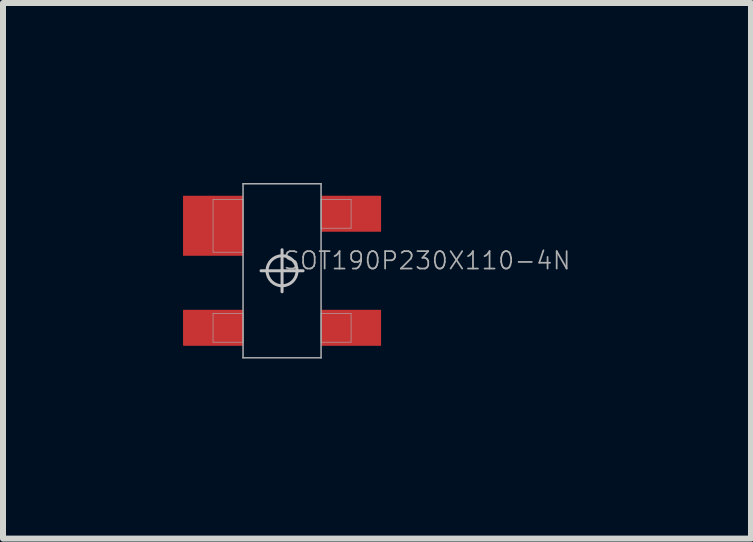
<source format=kicad_pcb>
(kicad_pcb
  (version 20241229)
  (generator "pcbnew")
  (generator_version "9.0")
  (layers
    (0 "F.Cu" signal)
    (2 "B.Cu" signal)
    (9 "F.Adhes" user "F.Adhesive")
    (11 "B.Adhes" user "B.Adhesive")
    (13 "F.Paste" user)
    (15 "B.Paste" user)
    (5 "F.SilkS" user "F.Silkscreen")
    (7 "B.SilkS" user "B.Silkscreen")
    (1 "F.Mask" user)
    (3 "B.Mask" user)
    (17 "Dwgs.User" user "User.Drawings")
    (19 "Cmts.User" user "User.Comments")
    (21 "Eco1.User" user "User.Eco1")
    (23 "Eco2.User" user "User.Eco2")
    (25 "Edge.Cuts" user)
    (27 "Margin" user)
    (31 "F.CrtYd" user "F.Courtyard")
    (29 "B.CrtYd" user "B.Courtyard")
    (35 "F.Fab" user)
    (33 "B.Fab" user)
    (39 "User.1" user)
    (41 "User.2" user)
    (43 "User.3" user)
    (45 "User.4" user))
  (footprint "SOT190P230X110-4N"
    (layer "F.Cu")
    (at 1.65 1.462)
    (property "Reference" "SOT190P230X110-4N" (at 0 0 0) (layer "F.Fab") (effects (font (size 0.29 0.29) (thickness 0.029)) (justify left bottom)))
    (attr through_hole)
    (fp_line (start -0.35 0) (end 0.35 0) (stroke (width 0.05) (type solid)) (layer "Dwgs.User"))
    (fp_line (start 0 0.35) (end 0 -0.35) (stroke (width 0.05) (type solid)) (layer "Dwgs.User"))
    (fp_circle (center 0 0) (end 0.25 0) (stroke (width 0.05) (type solid)) (fill no) (layer "Dwgs.User"))
    (fp_line (start -1.15 -1.19) (end -1.15 -0.31) (stroke (width 0.01) (type solid)) (layer "F.Fab"))
    (fp_line (start -1.15 -0.31) (end -0.65 -0.31) (stroke (width 0.01) (type solid)) (layer "F.Fab"))
    (fp_line (start -1.15 0.71) (end -1.15 1.19) (stroke (width 0.01) (type solid)) (layer "F.Fab"))
    (fp_line (start -1.15 1.19) (end -0.65 1.19) (stroke (width 0.01) (type solid)) (layer "F.Fab"))
    (fp_line (start -0.65 -1.45) (end -0.65 1.45) (stroke (width 0.025) (type solid)) (layer "F.Fab"))
    (fp_line (start -0.65 -1.19) (end -1.15 -1.19) (stroke (width 0.01) (type solid)) (layer "F.Fab"))
    (fp_line (start -0.65 -0.31) (end -0.65 -1.19) (stroke (width 0.01) (type solid)) (layer "F.Fab"))
    (fp_line (start -0.65 0.71) (end -1.15 0.71) (stroke (width 0.01) (type solid)) (layer "F.Fab"))
    (fp_line (start -0.65 1.19) (end -0.65 0.71) (stroke (width 0.01) (type solid)) (layer "F.Fab"))
    (fp_line (start -0.65 1.45) (end 0.65 1.45) (stroke (width 0.025) (type solid)) (layer "F.Fab"))
    (fp_line (start 0.65 -1.45) (end -0.65 -1.45) (stroke (width 0.025) (type solid)) (layer "F.Fab"))
    (fp_line (start 0.65 -1.19) (end 0.65 -0.71) (stroke (width 0.01) (type solid)) (layer "F.Fab"))
    (fp_line (start 0.65 -0.71) (end 1.15 -0.71) (stroke (width 0.01) (type solid)) (layer "F.Fab"))
    (fp_line (start 0.65 0.71) (end 0.65 1.19) (stroke (width 0.01) (type solid)) (layer "F.Fab"))
    (fp_line (start 0.65 1.19) (end 1.15 1.19) (stroke (width 0.01) (type solid)) (layer "F.Fab"))
    (fp_line (start 0.65 1.45) (end 0.65 -1.45) (stroke (width 0.025) (type solid)) (layer "F.Fab"))
    (fp_line (start 1.15 -1.19) (end 0.65 -1.19) (stroke (width 0.01) (type solid)) (layer "F.Fab"))
    (fp_line (start 1.15 -0.71) (end 1.15 -1.19) (stroke (width 0.01) (type solid)) (layer "F.Fab"))
    (fp_line (start 1.15 0.71) (end 0.65 0.71) (stroke (width 0.01) (type solid)) (layer "F.Fab"))
    (fp_line (start 1.15 1.19) (end 1.15 0.71) (stroke (width 0.01) (type solid)) (layer "F.Fab"))
    (pad "1" smd rect (at -1.15 -0.75) (size 1 1) (layers "F.Cu" "F.Mask" "F.Paste"))
    (pad "2" smd roundrect (at -1.15 0.95) (size 1 0.6) (layers "F.Cu" "F.Mask" "F.Paste") (roundrect_rratio 0.015))
    (pad "3" smd roundrect (at 1.15 0.95) (size 1 0.6) (layers "F.Cu" "F.Mask" "F.Paste") (roundrect_rratio 0.015))
    (pad "4" smd roundrect (at 1.15 -0.95) (size 1 0.6) (layers "F.Cu" "F.Mask" "F.Paste") (roundrect_rratio 0.015)))
  (gr_rect
    (start -3 -3)
    (end 9.464 5.925)
    (stroke (width 0.1) (type default))
    (fill no)
    (layer "Edge.Cuts")))
</source>
